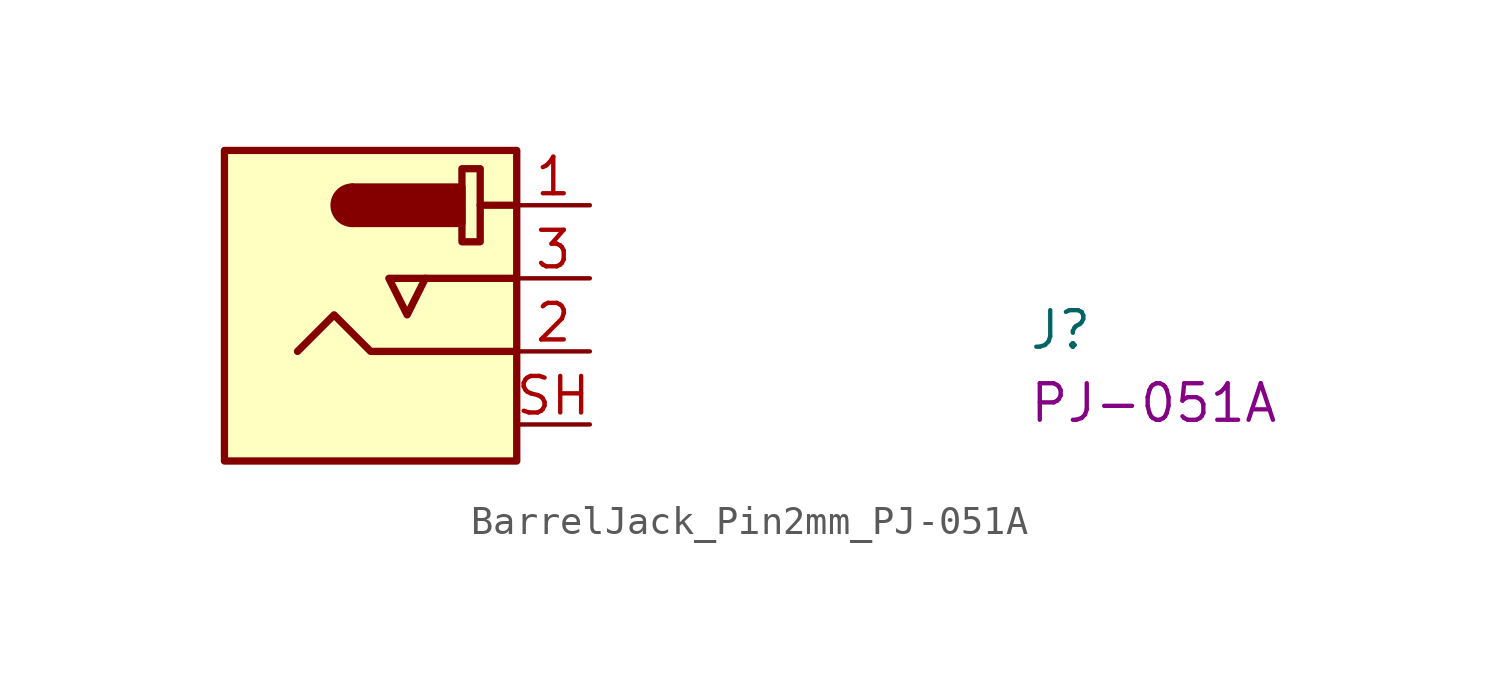
<source format=kicad_sym>
(kicad_symbol_lib
  (version 20220914)
  (generator kicad_symbol_editor)
  (symbol "BarrelJack_Pin2mm_PJ-051A"
    (property "Reference" "J"
      (at 15.24 -5.08 0)
      (effects (font (size 1.27 1.27) (thickness 0.15)) (justify left bottom)))
    (property "MPN" "PJ-051A"
      (at 15.24 -7.62 0)
      (effects (font (size 1.27 1.27) (thickness 0.15)) (justify left bottom)))
    (symbol "BarrelJack_Pin2mm_PJ-051A_1_1"
      (rectangle (start -12.7 1.905) (end -2.54 -8.89) (stroke (width 0.254) (type default)) (fill (type background)))
      (arc (start -8.255 0.635) (mid -8.8873 0) (end -8.255 -0.635) (stroke (width 0.254) (type default)) (fill (type outline)))
      (rectangle (start -8.255 0.635) (end -4.445 -0.635) (stroke (width 0.254) (type default)) (fill (type outline)))
      (rectangle (start -4.445 1.27) (end -3.81 -1.27) (stroke (width 0.254) (type default)) (fill (type none)))
      (polyline (pts (xy -2.54 -2.54) (xy -5.715 -2.54)) (stroke (width 0.254) (type default)) (fill (type background)))
      (polyline (pts (xy -2.54 0) (xy -3.81 0)) (stroke (width 0.254) (type default)) (fill (type background)))
      (polyline (pts (xy -2.54 -5.08) (xy -7.62 -5.08) (xy -8.89 -3.81) (xy -10.16 -5.08)) (stroke (width 0.254) (type default)) (fill (type none)))
      (polyline (pts (xy -6.35 -2.54) (xy -6.985 -2.54) (xy -6.35 -3.81) (xy -5.715 -2.54) (xy -6.35 -2.54)) (stroke (width 0.254) (type default)) (fill (type none)))
      (pin passive line (at 0 0 180) (length 2.54) (name "~" (effects (font (size 1.27 1.27)))) (number "1" (effects (font (size 1.27 1.27)))))
      (pin passive line (at 0 -5.08 180) (length 2.54) (name "~" (effects (font (size 1.27 1.27)))) (number "2" (effects (font (size 1.27 1.27)))))
      (pin passive line (at 0 -2.54 180) (length 2.54) (name "~" (effects (font (size 1.27 1.27)))) (number "3" (effects (font (size 1.27 1.27)))))
      (pin passive line (at 0 -7.62 180) (length 2.54) (name "~" (effects (font (size 1.27 1.27)))) (number "SH" (effects (font (size 1.27 1.27))))))))
</source>
